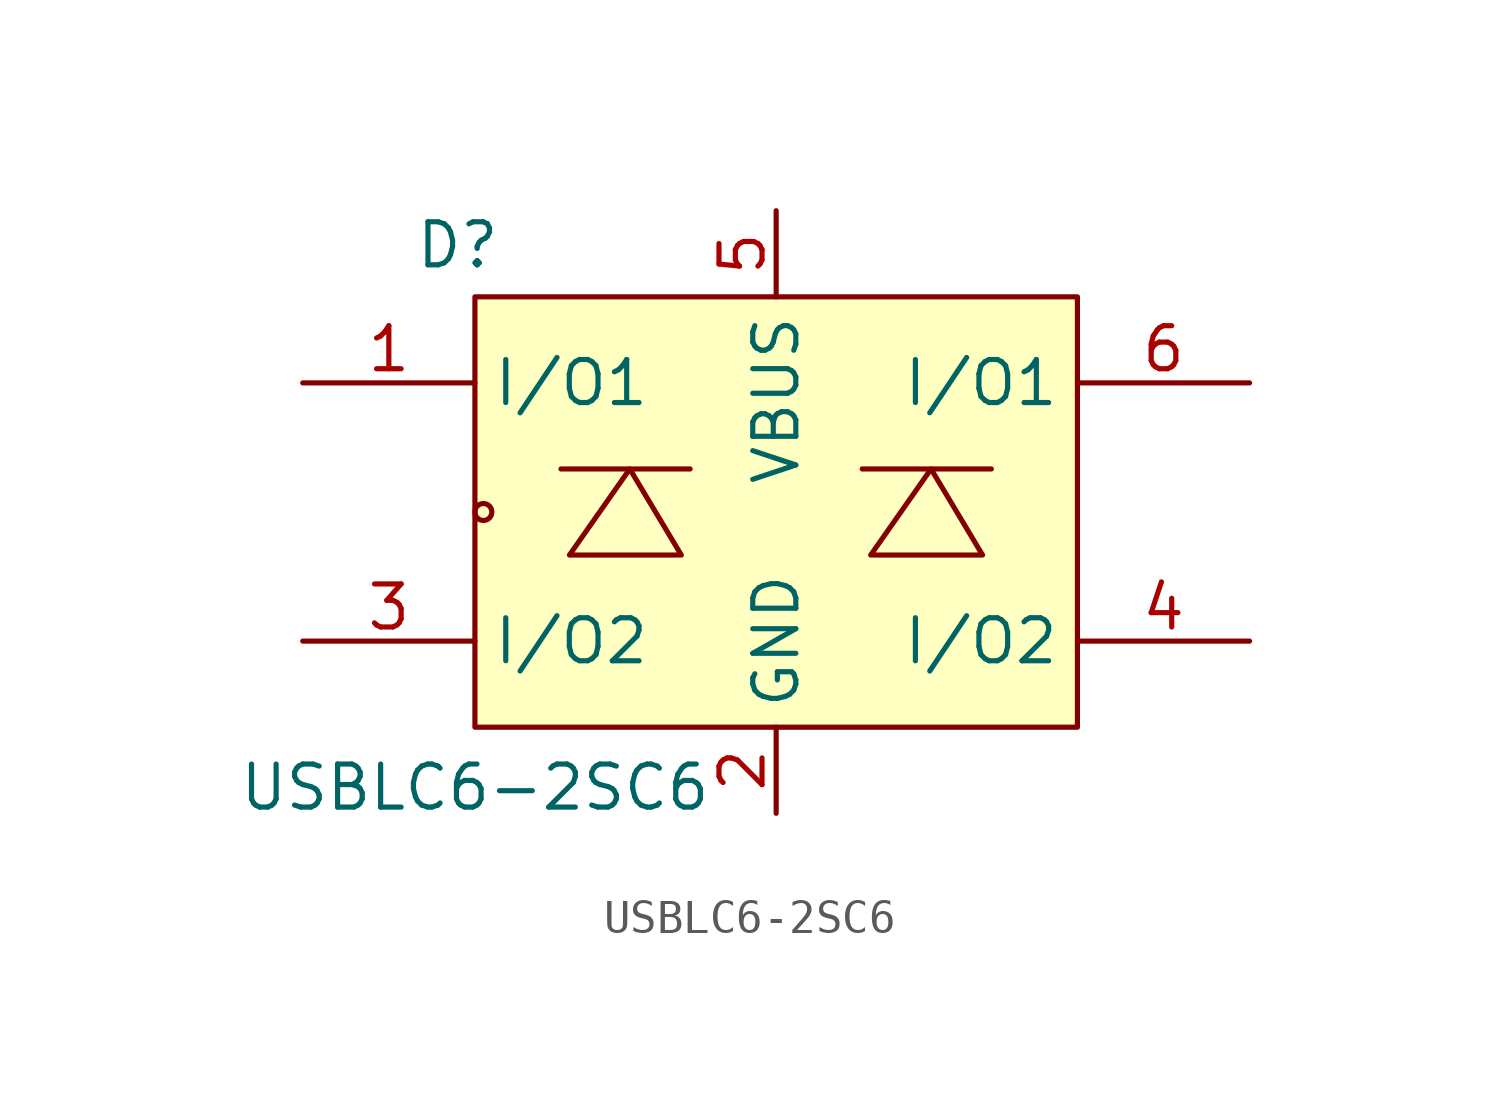
<source format=kicad_sym>
(kicad_symbol_lib
  (version 20231120)
  (generator "kicad_symbol_editor")
  (generator_version "8.0")
  (symbol "USBLC6-2SC6"
    (property "Reference" "D"
      (at -9.398 7.874 0)
      (effects (font (size 1.27 1.27))))
    (property "Value" "USBLC6-2SC6"
      (at -8.89 -8.128 0)
      (effects (font (size 1.27 1.27))))
    (symbol "USBLC6-2SC6_0_1"
      (rectangle (start -8.89 6.35) (end 8.89 -6.35) (stroke (width 0) (type default)) (fill (type background)))
      (circle (center -8.64 0) (radius 0.25) (stroke (width 0) (type default)) (fill (type none)))
      (polyline (pts (xy -6.35 1.27) (xy -6.35 1.27) (xy -2.54 1.27) (xy -2.54 1.27)) (stroke (width 0) (type default)) (fill (type none)))
      (polyline (pts (xy -2.8 -1.27) (xy -4.32 1.27) (xy -6.1 -1.27) (xy -2.8 -1.27)) (stroke (width 0) (type default)) (fill (type background)))
      (polyline (pts (xy 2.54 1.27) (xy 2.54 1.27) (xy 6.35 1.27) (xy 6.35 1.27)) (stroke (width 0) (type default)) (fill (type none)))
      (polyline (pts (xy 6.09 -1.27) (xy 4.57 1.27) (xy 2.79 -1.27) (xy 6.09 -1.27)) (stroke (width 0) (type default)) (fill (type background))))
    (symbol "USBLC6-2SC6_1_1"
      (pin input line (at -13.97 3.81 0) (length 5.08) (name "I/O1" (effects (font (size 1.27 1.27)))) (number "1" (effects (font (size 1.27 1.27)))))
      (pin input line (at 0 -8.89 90) (length 2.54) (name "GND" (effects (font (size 1.27 1.27)))) (number "2" (effects (font (size 1.27 1.27)))))
      (pin input line (at -13.97 -3.81 0) (length 5.08) (name "I/O2" (effects (font (size 1.27 1.27)))) (number "3" (effects (font (size 1.27 1.27)))))
      (pin input line (at 13.97 -3.81 180) (length 5.08) (name "I/O2" (effects (font (size 1.27 1.27)))) (number "4" (effects (font (size 1.27 1.27)))))
      (pin input line (at 0 8.89 270) (length 2.54) (name "VBUS" (effects (font (size 1.27 1.27)))) (number "5" (effects (font (size 1.27 1.27)))))
      (pin input line (at 13.97 3.81 180) (length 5.08) (name "I/O1" (effects (font (size 1.27 1.27)))) (number "6" (effects (font (size 1.27 1.27))))))))
</source>
